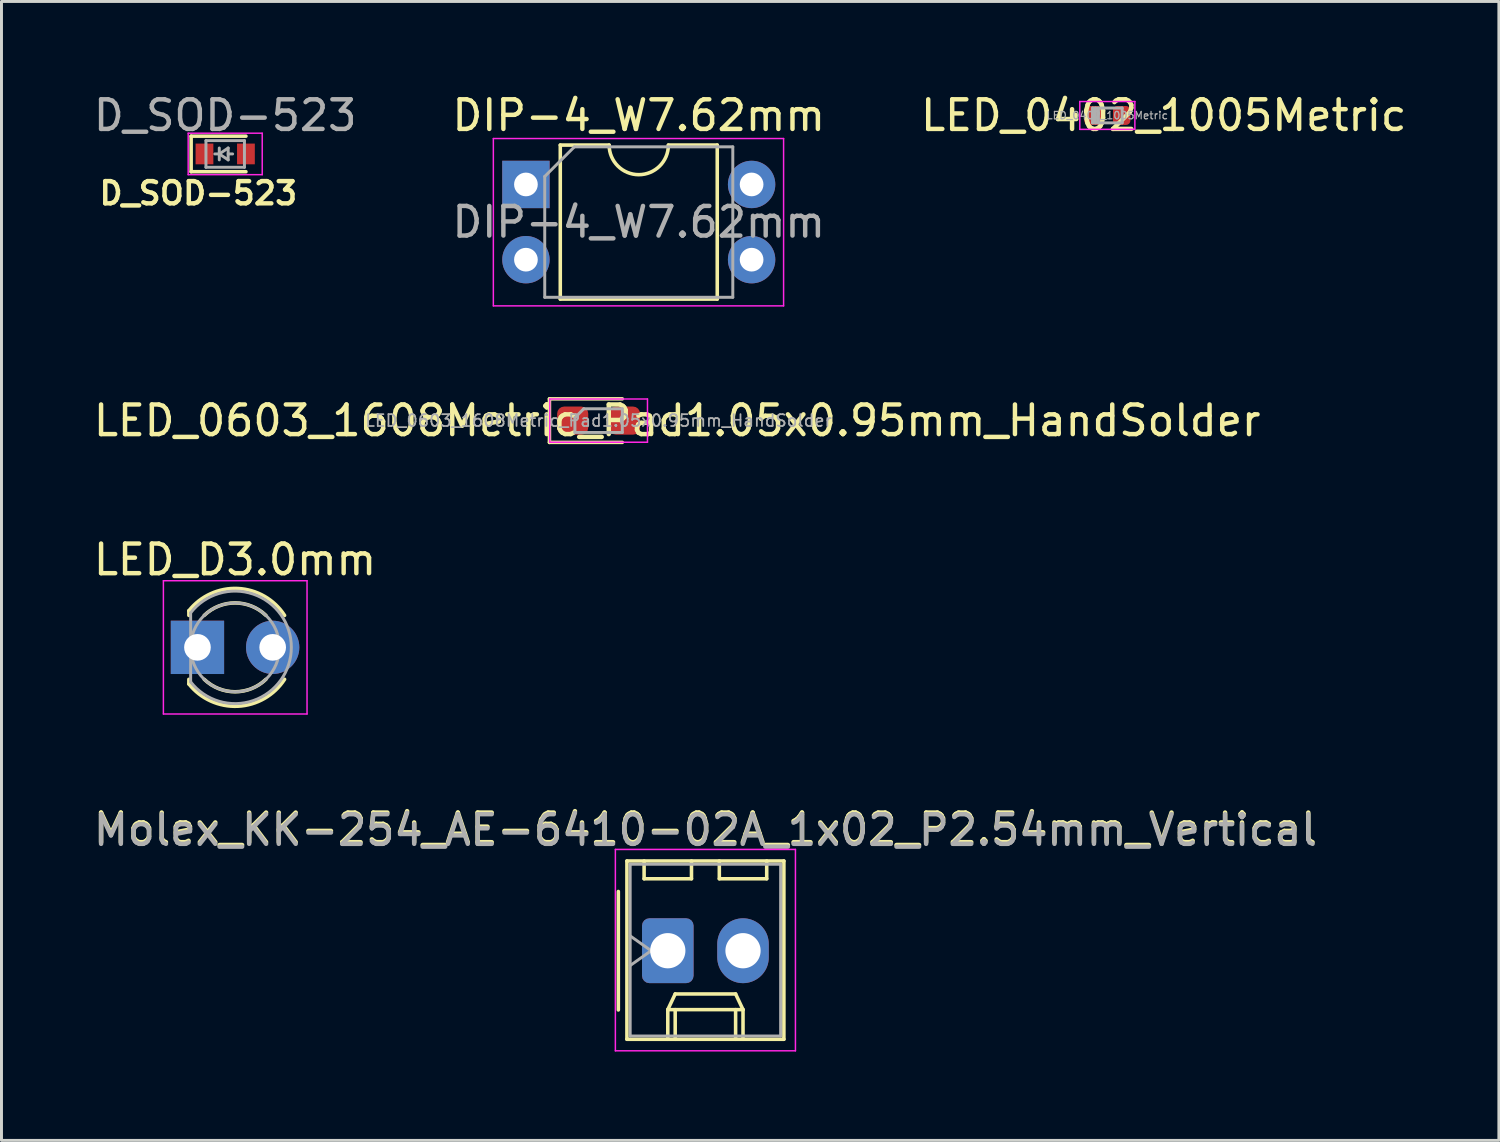
<source format=kicad_pcb>
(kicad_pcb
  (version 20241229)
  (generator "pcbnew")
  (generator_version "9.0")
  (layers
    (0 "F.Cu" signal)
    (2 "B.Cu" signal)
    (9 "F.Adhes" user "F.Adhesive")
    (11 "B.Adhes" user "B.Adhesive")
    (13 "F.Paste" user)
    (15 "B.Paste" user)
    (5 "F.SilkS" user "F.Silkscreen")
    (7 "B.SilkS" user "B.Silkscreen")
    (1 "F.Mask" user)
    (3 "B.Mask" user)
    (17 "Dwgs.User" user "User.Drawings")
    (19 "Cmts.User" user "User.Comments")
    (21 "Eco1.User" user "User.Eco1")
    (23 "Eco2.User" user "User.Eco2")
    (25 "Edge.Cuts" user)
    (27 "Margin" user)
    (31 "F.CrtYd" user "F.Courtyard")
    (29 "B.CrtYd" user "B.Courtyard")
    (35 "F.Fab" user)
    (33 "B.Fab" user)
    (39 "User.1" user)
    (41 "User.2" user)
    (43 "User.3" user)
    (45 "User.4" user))
  (footprint "DIP-4_W7.62mm"
    (layer "F.Cu")
    (at 14.708 3.178)
    (property "Reference" "DIP-4_W7.62mm" (at 3.81 -2.33 180) (layer "F.SilkS") (effects (font (size 1 1) (thickness 0.15))))
    (attr through_hole)
    (fp_line (start 1.16 -1.33) (end 1.16 3.87) (stroke (width 0.12) (type solid)) (layer "F.SilkS"))
    (fp_line (start 1.16 3.87) (end 6.46 3.87) (stroke (width 0.12) (type solid)) (layer "F.SilkS"))
    (fp_line (start 2.81 -1.33) (end 1.16 -1.33) (stroke (width 0.12) (type solid)) (layer "F.SilkS"))
    (fp_line (start 6.46 -1.33) (end 4.81 -1.33) (stroke (width 0.12) (type solid)) (layer "F.SilkS"))
    (fp_line (start 6.46 3.87) (end 6.46 -1.33) (stroke (width 0.12) (type solid)) (layer "F.SilkS"))
    (fp_arc (start 4.81 -1.33) (mid 3.81 -0.33) (end 2.81 -1.33) (stroke (width 0.12) (type solid)) (layer "F.SilkS"))
    (fp_line (start -1.1 -1.55) (end -1.1 4.1) (stroke (width 0.05) (type solid)) (layer "F.CrtYd"))
    (fp_line (start -1.1 4.1) (end 8.7 4.1) (stroke (width 0.05) (type solid)) (layer "F.CrtYd"))
    (fp_line (start 8.7 -1.55) (end -1.1 -1.55) (stroke (width 0.05) (type solid)) (layer "F.CrtYd"))
    (fp_line (start 8.7 4.1) (end 8.7 -1.55) (stroke (width 0.05) (type solid)) (layer "F.CrtYd"))
    (fp_line (start 0.635 -0.27) (end 1.635 -1.27) (stroke (width 0.1) (type solid)) (layer "F.Fab"))
    (fp_line (start 0.635 3.81) (end 0.635 -0.27) (stroke (width 0.1) (type solid)) (layer "F.Fab"))
    (fp_line (start 1.635 -1.27) (end 6.985 -1.27) (stroke (width 0.1) (type solid)) (layer "F.Fab"))
    (fp_line (start 6.985 -1.27) (end 6.985 3.81) (stroke (width 0.1) (type solid)) (layer "F.Fab"))
    (fp_line (start 6.985 3.81) (end 0.635 3.81) (stroke (width 0.1) (type solid)) (layer "F.Fab"))
    (fp_text user "${REFERENCE}" (at 3.81 1.27 180) (layer "F.Fab") (effects (font (size 1 1) (thickness 0.15))))
    (pad "1" thru_hole rect (at 0 0) (size 1.6 1.6) (drill 0.8) (layers "*.Cu" "*.Mask"))
    (pad "2" thru_hole oval (at 0 2.54) (size 1.6 1.6) (drill 0.8) (layers "*.Cu" "*.Mask"))
    (pad "3" thru_hole oval (at 7.62 2.54) (size 1.6 1.6) (drill 0.8) (layers "*.Cu" "*.Mask"))
    (pad "4" thru_hole oval (at 7.62 0) (size 1.6 1.6) (drill 0.8) (layers "*.Cu" "*.Mask")))
  (footprint "LED_0603_1608Metric_Pad1.05x0.95mm_HandSolder"
    (layer "F.Cu")
    (at 17.162 11.152)
    (property "Reference" "LED_0603_1608Metric_Pad1.05x0.95mm_HandSolder" (at 2.653 0 180) (layer "F.SilkS") (effects (font (size 1 1) (thickness 0.15))))
    (attr smd)
    (fp_line (start -1.66 -0.735) (end -1.66 0.735) (stroke (width 0.12) (type solid)) (layer "F.SilkS"))
    (fp_line (start -1.66 0.735) (end 0.8 0.735) (stroke (width 0.12) (type solid)) (layer "F.SilkS"))
    (fp_line (start 0.8 -0.735) (end -1.66 -0.735) (stroke (width 0.12) (type solid)) (layer "F.SilkS"))
    (fp_line (start -1.65 -0.73) (end 1.65 -0.73) (stroke (width 0.05) (type solid)) (layer "F.CrtYd"))
    (fp_line (start -1.65 0.73) (end -1.65 -0.73) (stroke (width 0.05) (type solid)) (layer "F.CrtYd"))
    (fp_line (start 1.65 -0.73) (end 1.65 0.73) (stroke (width 0.05) (type solid)) (layer "F.CrtYd"))
    (fp_line (start 1.65 0.73) (end -1.65 0.73) (stroke (width 0.05) (type solid)) (layer "F.CrtYd"))
    (fp_line (start -0.8 -0.1) (end -0.8 0.4) (stroke (width 0.1) (type solid)) (layer "F.Fab"))
    (fp_line (start -0.8 0.4) (end 0.8 0.4) (stroke (width 0.1) (type solid)) (layer "F.Fab"))
    (fp_line (start -0.5 -0.4) (end -0.8 -0.1) (stroke (width 0.1) (type solid)) (layer "F.Fab"))
    (fp_line (start 0.8 -0.4) (end -0.5 -0.4) (stroke (width 0.1) (type solid)) (layer "F.Fab"))
    (fp_line (start 0.8 0.4) (end 0.8 -0.4) (stroke (width 0.1) (type solid)) (layer "F.Fab"))
    (fp_text user "${REFERENCE}" (at 0 0 180) (layer "F.Fab") (effects (font (size 0.4 0.4) (thickness 0.06))))
    (pad "1" smd roundrect (at -0.875 0) (size 1.05 0.95) (layers "F.Cu" "F.Mask" "F.Paste") (roundrect_rratio 0.25))
    (pad "2" smd roundrect (at 0.875 0) (size 1.05 0.95) (layers "F.Cu" "F.Mask" "F.Paste") (roundrect_rratio 0.25)))
  (footprint "LED_D3.0mm"
    (layer "F.Cu")
    (at 3.617 18.808)
    (property "Reference" "LED_D3.0mm" (at 1.27 -2.96 0) (layer "F.SilkS") (effects (font (size 1 1) (thickness 0.15))))
    (attr through_hole exclude_from_pos_files)
    (fp_line (start -0.29 -1.236) (end -0.29 -1.08) (stroke (width 0.12) (type solid)) (layer "F.SilkS"))
    (fp_line (start -0.29 1.08) (end -0.29 1.236) (stroke (width 0.12) (type solid)) (layer "F.SilkS"))
    (fp_arc (start -0.29 -1.235516) (mid 1.366487 -1.987659) (end 2.942335 -1.078608) (stroke (width 0.12) (type solid)) (layer "F.SilkS"))
    (fp_arc (start 0.229039 -1.08) (mid 1.270117 -1.5) (end 2.31113 -1.079837) (stroke (width 0.12) (type solid)) (layer "F.SilkS"))
    (fp_arc (start 2.31113 1.079837) (mid 1.270117 1.5) (end 0.229039 1.08) (stroke (width 0.12) (type solid)) (layer "F.SilkS"))
    (fp_arc (start 2.942335 1.078608) (mid 1.366487 1.987659) (end -0.29 1.235516) (stroke (width 0.12) (type solid)) (layer "F.SilkS"))
    (fp_line (start -1.15 -2.25) (end -1.15 2.25) (stroke (width 0.05) (type solid)) (layer "F.CrtYd"))
    (fp_line (start -1.15 2.25) (end 3.7 2.25) (stroke (width 0.05) (type solid)) (layer "F.CrtYd"))
    (fp_line (start 3.7 -2.25) (end -1.15 -2.25) (stroke (width 0.05) (type solid)) (layer "F.CrtYd"))
    (fp_line (start 3.7 2.25) (end 3.7 -2.25) (stroke (width 0.05) (type solid)) (layer "F.CrtYd"))
    (fp_line (start -0.23 -1.166) (end -0.23 1.166) (stroke (width 0.1) (type solid)) (layer "F.Fab"))
    (fp_arc (start -0.23 -1.16619) (mid 3.17 0.000452) (end -0.230555 1.165476) (stroke (width 0.1) (type solid)) (layer "F.Fab"))
    (fp_circle (center 1.27 0) (end 2.77 0) (stroke (width 0.1) (type solid)) (fill no) (layer "F.Fab"))
    (pad "1" thru_hole rect (at 0 0) (size 1.8 1.8) (drill 0.9) (layers "*.Cu" "*.Mask"))
    (pad "2" thru_hole circle (at 2.54 0) (size 1.8 1.8) (drill 0.9) (layers "*.Cu" "*.Mask")))
  (footprint "LED_0402_1005Metric"
    (layer "F.Cu")
    (at 34.339 0.848)
    (property "Reference" "LED_0402_1005Metric" (at 1.905 0 0) (layer "F.SilkS") (effects (font (size 1 1) (thickness 0.15))))
    (attr smd)
    (fp_circle (center -1.09 0) (end -1.04 0) (stroke (width 0.1) (type solid)) (fill no) (layer "F.SilkS"))
    (fp_line (start -0.93 -0.47) (end 0.93 -0.47) (stroke (width 0.05) (type solid)) (layer "F.CrtYd"))
    (fp_line (start -0.93 0.47) (end -0.93 -0.47) (stroke (width 0.05) (type solid)) (layer "F.CrtYd"))
    (fp_line (start 0.93 -0.47) (end 0.93 0.47) (stroke (width 0.05) (type solid)) (layer "F.CrtYd"))
    (fp_line (start 0.93 0.47) (end -0.93 0.47) (stroke (width 0.05) (type solid)) (layer "F.CrtYd"))
    (fp_line (start -0.5 -0.25) (end 0.5 -0.25) (stroke (width 0.1) (type solid)) (layer "F.Fab"))
    (fp_line (start -0.5 0.25) (end -0.5 -0.25) (stroke (width 0.1) (type solid)) (layer "F.Fab"))
    (fp_line (start -0.4 0.25) (end -0.4 -0.25) (stroke (width 0.1) (type solid)) (layer "F.Fab"))
    (fp_line (start -0.3 0.25) (end -0.3 -0.25) (stroke (width 0.1) (type solid)) (layer "F.Fab"))
    (fp_line (start 0.5 -0.25) (end 0.5 0.25) (stroke (width 0.1) (type solid)) (layer "F.Fab"))
    (fp_line (start 0.5 0.25) (end -0.5 0.25) (stroke (width 0.1) (type solid)) (layer "F.Fab"))
    (fp_text user "${REFERENCE}" (at 0 0 0) (layer "F.Fab") (effects (font (size 0.25 0.25) (thickness 0.04))))
    (pad "1" smd roundrect (at -0.485 0) (size 0.59 0.64) (layers "F.Cu" "F.Mask" "F.Paste") (roundrect_rratio 0.25))
    (pad "2" smd roundrect (at 0.485 0) (size 0.59 0.64) (layers "F.Cu" "F.Mask" "F.Paste") (roundrect_rratio 0.25)))
  (footprint "Molex_KK-254_AE-6410-02A_1x02_P2.54mm_Vertical"
    (layer "F.Cu")
    (at 19.498 29.051)
    (property "Reference" "Molex_KK-254_AE-6410-02A_1x02_P2.54mm_Vertical" (at 1.27 -4.12 0) (layer "F.SilkS") (effects (font (size 1 1) (thickness 0.15))))
    (attr through_hole)
    (fp_line (start -1.67 -2) (end -1.67 2) (stroke (width 0.12) (type solid)) (layer "F.SilkS"))
    (fp_line (start -1.38 -3.03) (end -1.38 2.99) (stroke (width 0.12) (type solid)) (layer "F.SilkS"))
    (fp_line (start -1.38 2.99) (end 3.92 2.99) (stroke (width 0.12) (type solid)) (layer "F.SilkS"))
    (fp_line (start -0.8 -3.03) (end -0.8 -2.43) (stroke (width 0.12) (type solid)) (layer "F.SilkS"))
    (fp_line (start -0.8 -2.43) (end 0.8 -2.43) (stroke (width 0.12) (type solid)) (layer "F.SilkS"))
    (fp_line (start 0 1.99) (end 0.25 1.46) (stroke (width 0.12) (type solid)) (layer "F.SilkS"))
    (fp_line (start 0 1.99) (end 2.54 1.99) (stroke (width 0.12) (type solid)) (layer "F.SilkS"))
    (fp_line (start 0 2.99) (end 0 1.99) (stroke (width 0.12) (type solid)) (layer "F.SilkS"))
    (fp_line (start 0.25 1.46) (end 2.29 1.46) (stroke (width 0.12) (type solid)) (layer "F.SilkS"))
    (fp_line (start 0.25 2.99) (end 0.25 1.99) (stroke (width 0.12) (type solid)) (layer "F.SilkS"))
    (fp_line (start 0.8 -2.43) (end 0.8 -3.03) (stroke (width 0.12) (type solid)) (layer "F.SilkS"))
    (fp_line (start 1.74 -3.03) (end 1.74 -2.43) (stroke (width 0.12) (type solid)) (layer "F.SilkS"))
    (fp_line (start 1.74 -2.43) (end 3.34 -2.43) (stroke (width 0.12) (type solid)) (layer "F.SilkS"))
    (fp_line (start 2.29 1.46) (end 2.54 1.99) (stroke (width 0.12) (type solid)) (layer "F.SilkS"))
    (fp_line (start 2.29 2.99) (end 2.29 1.99) (stroke (width 0.12) (type solid)) (layer "F.SilkS"))
    (fp_line (start 2.54 1.99) (end 2.54 2.99) (stroke (width 0.12) (type solid)) (layer "F.SilkS"))
    (fp_line (start 3.34 -2.43) (end 3.34 -3.03) (stroke (width 0.12) (type solid)) (layer "F.SilkS"))
    (fp_line (start 3.92 -3.03) (end -1.38 -3.03) (stroke (width 0.12) (type solid)) (layer "F.SilkS"))
    (fp_line (start 3.92 2.99) (end 3.92 -3.03) (stroke (width 0.12) (type solid)) (layer "F.SilkS"))
    (fp_line (start -1.77 -3.42) (end -1.77 3.38) (stroke (width 0.05) (type solid)) (layer "F.CrtYd"))
    (fp_line (start -1.77 3.38) (end 4.31 3.38) (stroke (width 0.05) (type solid)) (layer "F.CrtYd"))
    (fp_line (start 4.31 -3.42) (end -1.77 -3.42) (stroke (width 0.05) (type solid)) (layer "F.CrtYd"))
    (fp_line (start 4.31 3.38) (end 4.31 -3.42) (stroke (width 0.05) (type solid)) (layer "F.CrtYd"))
    (fp_line (start -1.27 -2.92) (end -1.27 2.88) (stroke (width 0.1) (type solid)) (layer "F.Fab"))
    (fp_line (start -1.27 -0.5) (end -0.563 0) (stroke (width 0.1) (type solid)) (layer "F.Fab"))
    (fp_line (start -1.27 2.88) (end 3.81 2.88) (stroke (width 0.1) (type solid)) (layer "F.Fab"))
    (fp_line (start -0.563 0) (end -1.27 0.5) (stroke (width 0.1) (type solid)) (layer "F.Fab"))
    (fp_line (start 3.81 -2.92) (end -1.27 -2.92) (stroke (width 0.1) (type solid)) (layer "F.Fab"))
    (fp_line (start 3.81 2.88) (end 3.81 -2.92) (stroke (width 0.1) (type solid)) (layer "F.Fab"))
    (fp_text user "${REFERENCE}" (at 1.27 -4.064 0) (layer "F.Fab") (effects (font (size 1 1) (thickness 0.15))))
    (pad "1" thru_hole roundrect (at 0 0) (size 1.74 2.19) (drill 1.19) (layers "*.Cu" "*.Mask") (roundrect_rratio 0.144))
    (pad "2" thru_hole oval (at 2.54 0) (size 1.74 2.19) (drill 1.19) (layers "*.Cu" "*.Mask")))
  (footprint "D_SOD-523"
    (layer "F.Cu")
    (at 4.554 2.148)
    (property "Reference" "D_SOD-523" (at -0.907 1.328 0) (layer "F.SilkS") (effects (font (size 0.75 0.75) (thickness 0.15))))
    (attr smd)
    (fp_line (start -1.15 -0.6) (end -1.15 0.6) (stroke (width 0.12) (type solid)) (layer "F.SilkS"))
    (fp_line (start 0.7 -0.6) (end -1.15 -0.6) (stroke (width 0.12) (type solid)) (layer "F.SilkS"))
    (fp_line (start 0.7 0.6) (end -1.15 0.6) (stroke (width 0.12) (type solid)) (layer "F.SilkS"))
    (fp_line (start -1.25 -0.7) (end 1.25 -0.7) (stroke (width 0.05) (type solid)) (layer "F.CrtYd"))
    (fp_line (start -1.25 0.7) (end -1.25 -0.7) (stroke (width 0.05) (type solid)) (layer "F.CrtYd"))
    (fp_line (start 1.25 -0.7) (end 1.25 0.7) (stroke (width 0.05) (type solid)) (layer "F.CrtYd"))
    (fp_line (start 1.25 0.7) (end -1.25 0.7) (stroke (width 0.05) (type solid)) (layer "F.CrtYd"))
    (fp_line (start -0.65 -0.45) (end 0.65 -0.45) (stroke (width 0.1) (type solid)) (layer "F.Fab"))
    (fp_line (start -0.65 0.45) (end -0.65 -0.45) (stroke (width 0.1) (type solid)) (layer "F.Fab"))
    (fp_line (start -0.2 0) (end -0.35 0) (stroke (width 0.1) (type solid)) (layer "F.Fab"))
    (fp_line (start -0.2 0) (end 0.1 0.2) (stroke (width 0.1) (type solid)) (layer "F.Fab"))
    (fp_line (start -0.2 0.2) (end -0.2 -0.2) (stroke (width 0.1) (type solid)) (layer "F.Fab"))
    (fp_line (start 0.1 -0.2) (end -0.2 0) (stroke (width 0.1) (type solid)) (layer "F.Fab"))
    (fp_line (start 0.1 0) (end 0.25 0) (stroke (width 0.1) (type solid)) (layer "F.Fab"))
    (fp_line (start 0.1 0.2) (end 0.1 -0.2) (stroke (width 0.1) (type solid)) (layer "F.Fab"))
    (fp_line (start 0.65 -0.45) (end 0.65 0.45) (stroke (width 0.1) (type solid)) (layer "F.Fab"))
    (fp_line (start 0.65 0.45) (end -0.65 0.45) (stroke (width 0.1) (type solid)) (layer "F.Fab"))
    (fp_text user "${REFERENCE}" (at 0 -1.3 0) (layer "F.Fab") (effects (font (size 1 1) (thickness 0.15))))
    (pad "1" smd rect (at -0.7 0 180) (size 0.6 0.7) (layers "F.Cu" "F.Mask" "F.Paste"))
    (pad "2" smd rect (at 0.7 0 180) (size 0.6 0.7) (layers "F.Cu" "F.Mask" "F.Paste")))
  (gr_rect
    (start -3 -3)
    (end 47.56 35.456)
    (stroke (width 0.1) (type default))
    (fill no)
    (layer "Edge.Cuts")))
</source>
